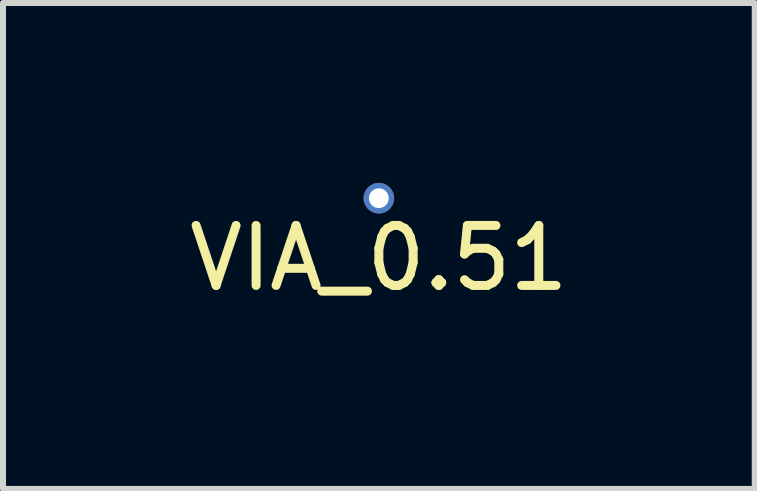
<source format=kicad_pcb>
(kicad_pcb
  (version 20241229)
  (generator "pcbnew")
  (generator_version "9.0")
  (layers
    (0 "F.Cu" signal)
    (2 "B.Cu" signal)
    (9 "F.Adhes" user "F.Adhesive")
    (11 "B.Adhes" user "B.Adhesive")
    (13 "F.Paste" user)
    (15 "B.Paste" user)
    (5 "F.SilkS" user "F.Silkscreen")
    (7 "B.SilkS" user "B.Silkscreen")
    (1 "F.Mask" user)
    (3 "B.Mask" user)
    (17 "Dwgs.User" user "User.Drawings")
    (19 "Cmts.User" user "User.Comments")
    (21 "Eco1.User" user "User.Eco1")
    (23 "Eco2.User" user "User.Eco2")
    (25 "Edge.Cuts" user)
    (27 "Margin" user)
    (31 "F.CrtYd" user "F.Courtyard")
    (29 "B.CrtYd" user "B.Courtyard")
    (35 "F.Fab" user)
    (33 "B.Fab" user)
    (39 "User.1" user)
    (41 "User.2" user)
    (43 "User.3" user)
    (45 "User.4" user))
  (footprint "VIA_0.51"
    (layer "F.Cu")
    (at 3.268 0.255)
    (property "Reference" "VIA_0.51" (at 0 1 0) (layer "F.SilkS") (effects (font (size 1 1) (thickness 0.15))))
    (attr through_hole)
    (pad "1" thru_hole circle (at 0 0) (size 0.51 0.51) (drill 0.33) (layers "*.Cu")))
  (gr_rect
    (start -3 -3)
    (end 9.536 5.103)
    (stroke (width 0.1) (type default))
    (fill no)
    (layer "Edge.Cuts")))
</source>
